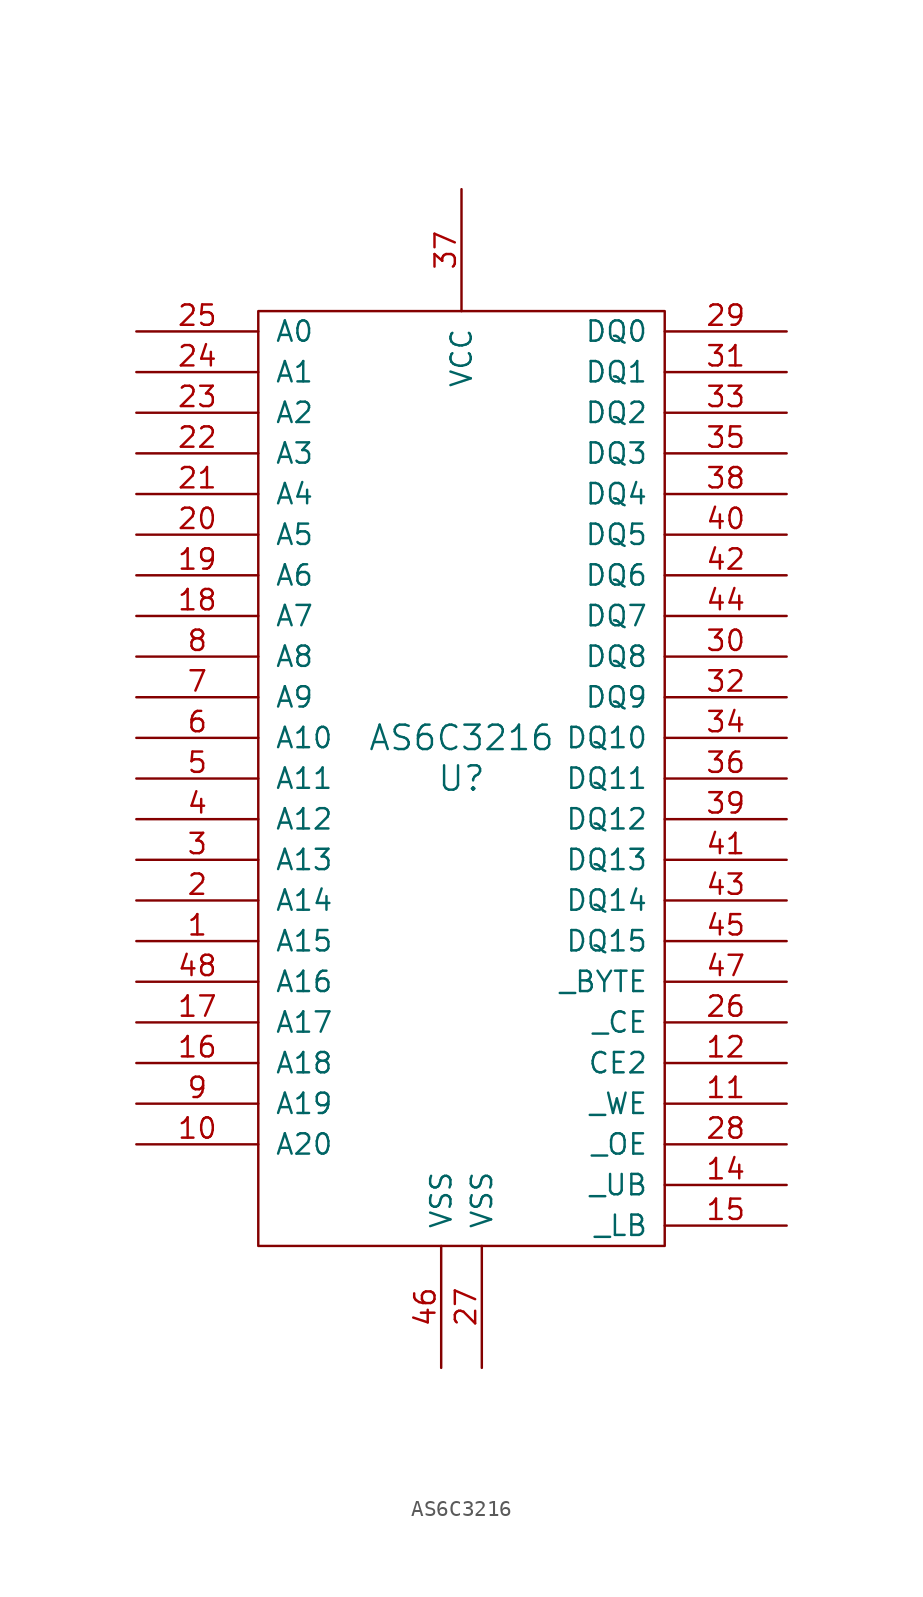
<source format=kicad_sym>
(kicad_symbol_lib
  (version 20211014)
  (generator kicad_symbol_editor)
  (symbol "AS6C3216"
    (pin_names
      (offset 1.016))
    (property "Reference" "U"
      (at 0 0 0)
      (effects (font (size 1.524 1.524))))
    (property "Value" "AS6C3216"
      (at 0 2.54 0)
      (effects (font (size 1.524 1.524))))
    (property "Footprint" ""
      (at 0 0 0)
      (effects (font (size 1.524 1.524))))
    (property "Datasheet" ""
      (at 0 0 0)
      (effects (font (size 1.524 1.524))))
    (symbol "AS6C3216_0_1"
      (rectangle (start -12.7 29.21) (end 12.7 -29.21) (stroke (width 0) (type default) (color 0 0 0 0)) (fill (type none))))
    (symbol "AS6C3216_1_1"
      (pin input line (at -20.32 -10.16 0) (length 7.62) (name "A15" (effects (font (size 1.27 1.27)))) (number "1" (effects (font (size 1.27 1.27)))))
      (pin input line (at -20.32 -22.86 0) (length 7.62) (name "A20" (effects (font (size 1.27 1.27)))) (number "10" (effects (font (size 1.27 1.27)))))
      (pin input line (at 20.32 -20.32 180) (length 7.62) (name "_WE" (effects (font (size 1.27 1.27)))) (number "11" (effects (font (size 1.27 1.27)))))
      (pin input line (at 20.32 -17.78 180) (length 7.62) (name "CE2" (effects (font (size 1.27 1.27)))) (number "12" (effects (font (size 1.27 1.27)))))
      (pin input line (at 20.32 -25.4 180) (length 7.62) (name "_UB" (effects (font (size 1.27 1.27)))) (number "14" (effects (font (size 1.27 1.27)))))
      (pin input line (at 20.32 -27.94 180) (length 7.62) (name "_LB" (effects (font (size 1.27 1.27)))) (number "15" (effects (font (size 1.27 1.27)))))
      (pin input line (at -20.32 -17.78 0) (length 7.62) (name "A18" (effects (font (size 1.27 1.27)))) (number "16" (effects (font (size 1.27 1.27)))))
      (pin input line (at -20.32 -15.24 0) (length 7.62) (name "A17" (effects (font (size 1.27 1.27)))) (number "17" (effects (font (size 1.27 1.27)))))
      (pin input line (at -20.32 10.16 0) (length 7.62) (name "A7" (effects (font (size 1.27 1.27)))) (number "18" (effects (font (size 1.27 1.27)))))
      (pin input line (at -20.32 12.7 0) (length 7.62) (name "A6" (effects (font (size 1.27 1.27)))) (number "19" (effects (font (size 1.27 1.27)))))
      (pin input line (at -20.32 -7.62 0) (length 7.62) (name "A14" (effects (font (size 1.27 1.27)))) (number "2" (effects (font (size 1.27 1.27)))))
      (pin input line (at -20.32 15.24 0) (length 7.62) (name "A5" (effects (font (size 1.27 1.27)))) (number "20" (effects (font (size 1.27 1.27)))))
      (pin input line (at -20.32 17.78 0) (length 7.62) (name "A4" (effects (font (size 1.27 1.27)))) (number "21" (effects (font (size 1.27 1.27)))))
      (pin input line (at -20.32 20.32 0) (length 7.62) (name "A3" (effects (font (size 1.27 1.27)))) (number "22" (effects (font (size 1.27 1.27)))))
      (pin input line (at -20.32 22.86 0) (length 7.62) (name "A2" (effects (font (size 1.27 1.27)))) (number "23" (effects (font (size 1.27 1.27)))))
      (pin input line (at -20.32 25.4 0) (length 7.62) (name "A1" (effects (font (size 1.27 1.27)))) (number "24" (effects (font (size 1.27 1.27)))))
      (pin input line (at -20.32 27.94 0) (length 7.62) (name "A0" (effects (font (size 1.27 1.27)))) (number "25" (effects (font (size 1.27 1.27)))))
      (pin input line (at 20.32 -15.24 180) (length 7.62) (name "_CE" (effects (font (size 1.27 1.27)))) (number "26" (effects (font (size 1.27 1.27)))))
      (pin passive line (at 1.27 -36.83 90) (length 7.62) (name "VSS" (effects (font (size 1.27 1.27)))) (number "27" (effects (font (size 1.27 1.27)))))
      (pin input line (at 20.32 -22.86 180) (length 7.62) (name "_OE" (effects (font (size 1.27 1.27)))) (number "28" (effects (font (size 1.27 1.27)))))
      (pin input line (at 20.32 27.94 180) (length 7.62) (name "DQ0" (effects (font (size 1.27 1.27)))) (number "29" (effects (font (size 1.27 1.27)))))
      (pin input line (at -20.32 -5.08 0) (length 7.62) (name "A13" (effects (font (size 1.27 1.27)))) (number "3" (effects (font (size 1.27 1.27)))))
      (pin input line (at 20.32 7.62 180) (length 7.62) (name "DQ8" (effects (font (size 1.27 1.27)))) (number "30" (effects (font (size 1.27 1.27)))))
      (pin input line (at 20.32 25.4 180) (length 7.62) (name "DQ1" (effects (font (size 1.27 1.27)))) (number "31" (effects (font (size 1.27 1.27)))))
      (pin input line (at 20.32 5.08 180) (length 7.62) (name "DQ9" (effects (font (size 1.27 1.27)))) (number "32" (effects (font (size 1.27 1.27)))))
      (pin input line (at 20.32 22.86 180) (length 7.62) (name "DQ2" (effects (font (size 1.27 1.27)))) (number "33" (effects (font (size 1.27 1.27)))))
      (pin input line (at 20.32 2.54 180) (length 7.62) (name "DQ10" (effects (font (size 1.27 1.27)))) (number "34" (effects (font (size 1.27 1.27)))))
      (pin input line (at 20.32 20.32 180) (length 7.62) (name "DQ3" (effects (font (size 1.27 1.27)))) (number "35" (effects (font (size 1.27 1.27)))))
      (pin input line (at 20.32 0 180) (length 7.62) (name "DQ11" (effects (font (size 1.27 1.27)))) (number "36" (effects (font (size 1.27 1.27)))))
      (pin power_in line (at 0 36.83 270) (length 7.62) (name "VCC" (effects (font (size 1.27 1.27)))) (number "37" (effects (font (size 1.27 1.27)))))
      (pin input line (at 20.32 17.78 180) (length 7.62) (name "DQ4" (effects (font (size 1.27 1.27)))) (number "38" (effects (font (size 1.27 1.27)))))
      (pin input line (at 20.32 -2.54 180) (length 7.62) (name "DQ12" (effects (font (size 1.27 1.27)))) (number "39" (effects (font (size 1.27 1.27)))))
      (pin input line (at -20.32 -2.54 0) (length 7.62) (name "A12" (effects (font (size 1.27 1.27)))) (number "4" (effects (font (size 1.27 1.27)))))
      (pin input line (at 20.32 15.24 180) (length 7.62) (name "DQ5" (effects (font (size 1.27 1.27)))) (number "40" (effects (font (size 1.27 1.27)))))
      (pin input line (at 20.32 -5.08 180) (length 7.62) (name "DQ13" (effects (font (size 1.27 1.27)))) (number "41" (effects (font (size 1.27 1.27)))))
      (pin input line (at 20.32 12.7 180) (length 7.62) (name "DQ6" (effects (font (size 1.27 1.27)))) (number "42" (effects (font (size 1.27 1.27)))))
      (pin input line (at 20.32 -7.62 180) (length 7.62) (name "DQ14" (effects (font (size 1.27 1.27)))) (number "43" (effects (font (size 1.27 1.27)))))
      (pin input line (at 20.32 10.16 180) (length 7.62) (name "DQ7" (effects (font (size 1.27 1.27)))) (number "44" (effects (font (size 1.27 1.27)))))
      (pin input line (at 20.32 -10.16 180) (length 7.62) (name "DQ15" (effects (font (size 1.27 1.27)))) (number "45" (effects (font (size 1.27 1.27)))))
      (pin passive line (at -1.27 -36.83 90) (length 7.62) (name "VSS" (effects (font (size 1.27 1.27)))) (number "46" (effects (font (size 1.27 1.27)))))
      (pin input line (at 20.32 -12.7 180) (length 7.62) (name "_BYTE" (effects (font (size 1.27 1.27)))) (number "47" (effects (font (size 1.27 1.27)))))
      (pin input line (at -20.32 -12.7 0) (length 7.62) (name "A16" (effects (font (size 1.27 1.27)))) (number "48" (effects (font (size 1.27 1.27)))))
      (pin input line (at -20.32 0 0) (length 7.62) (name "A11" (effects (font (size 1.27 1.27)))) (number "5" (effects (font (size 1.27 1.27)))))
      (pin input line (at -20.32 2.54 0) (length 7.62) (name "A10" (effects (font (size 1.27 1.27)))) (number "6" (effects (font (size 1.27 1.27)))))
      (pin input line (at -20.32 5.08 0) (length 7.62) (name "A9" (effects (font (size 1.27 1.27)))) (number "7" (effects (font (size 1.27 1.27)))))
      (pin input line (at -20.32 7.62 0) (length 7.62) (name "A8" (effects (font (size 1.27 1.27)))) (number "8" (effects (font (size 1.27 1.27)))))
      (pin input line (at -20.32 -20.32 0) (length 7.62) (name "A19" (effects (font (size 1.27 1.27)))) (number "9" (effects (font (size 1.27 1.27))))))))
</source>
